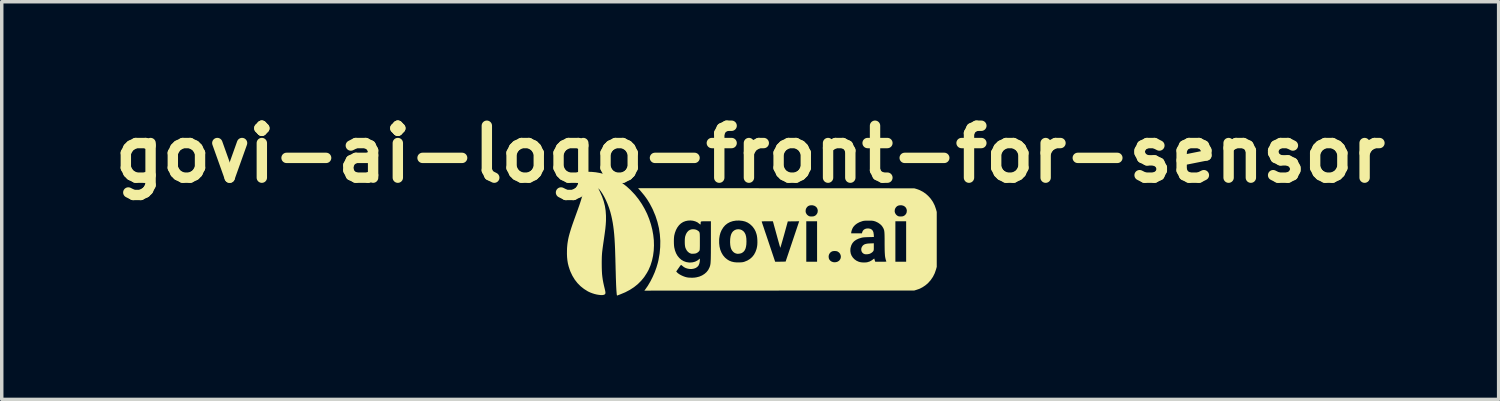
<source format=kicad_pcb>
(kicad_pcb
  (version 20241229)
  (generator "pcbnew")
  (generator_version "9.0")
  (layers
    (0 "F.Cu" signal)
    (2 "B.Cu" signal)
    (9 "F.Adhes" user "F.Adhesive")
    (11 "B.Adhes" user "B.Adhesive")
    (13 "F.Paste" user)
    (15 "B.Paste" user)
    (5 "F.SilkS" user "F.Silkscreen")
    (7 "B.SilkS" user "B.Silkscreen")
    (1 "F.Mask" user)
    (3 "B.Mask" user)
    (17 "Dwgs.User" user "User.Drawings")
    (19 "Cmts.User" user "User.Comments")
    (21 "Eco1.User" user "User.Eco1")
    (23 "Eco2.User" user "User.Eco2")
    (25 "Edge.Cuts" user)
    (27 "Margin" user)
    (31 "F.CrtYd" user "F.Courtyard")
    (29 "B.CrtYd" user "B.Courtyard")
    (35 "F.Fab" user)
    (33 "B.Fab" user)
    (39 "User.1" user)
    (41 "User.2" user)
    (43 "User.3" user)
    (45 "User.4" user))
  (footprint "govi-ai-logo-front-for-sensor"
    (layer "F.Cu")
    (at 18.671 3.904)
    (property "Reference" "govi-ai-logo-front-for-sensor" (at -0.05 -2.5 0) (layer "F.SilkS") (effects (font (size 1.5 1.5) (thickness 0.3))))
    (attr board_only exclude_from_pos_files exclude_from_bom)
    (fp_poly (pts (xy 3.522 0.175) (xy 3.522 0.217) (xy 3.521 0.247) (xy 3.519 0.269) (xy 3.515 0.284) (xy 3.509 0.296) (xy 3.507 0.3) (xy 3.484 0.327) (xy 3.45 0.353) (xy 3.409 0.375) (xy 3.406 0.376) (xy 3.377 0.384) (xy 3.34 0.39) (xy 3.303 0.392) (xy 3.27 0.39) (xy 3.26 0.388) (xy 3.22 0.371) (xy 3.189 0.343) (xy 3.169 0.309) (xy 3.159 0.269) (xy 3.16 0.227) (xy 3.173 0.186) (xy 3.198 0.147) (xy 3.201 0.144) (xy 3.225 0.122) (xy 3.253 0.105) (xy 3.288 0.093) (xy 3.331 0.084) (xy 3.387 0.079) (xy 3.418 0.078) (xy 3.522 0.074)) (stroke (width 0) (type solid)) (fill yes) (layer "F.SilkS"))
    (fp_poly (pts (xy -0.341 -0.326) (xy -0.292 -0.308) (xy -0.248 -0.277) (xy -0.24 -0.269) (xy -0.209 -0.23) (xy -0.185 -0.183) (xy -0.169 -0.127) (xy -0.16 -0.062) (xy -0.157 0.016) (xy -0.157 0.023) (xy -0.16 0.105) (xy -0.17 0.174) (xy -0.186 0.232) (xy -0.209 0.279) (xy -0.24 0.317) (xy -0.279 0.347) (xy -0.297 0.357) (xy -0.323 0.366) (xy -0.356 0.373) (xy -0.392 0.377) (xy -0.423 0.377) (xy -0.436 0.375) (xy -0.474 0.364) (xy -0.503 0.35) (xy -0.528 0.332) (xy -0.537 0.324) (xy -0.571 0.286) (xy -0.596 0.242) (xy -0.614 0.189) (xy -0.625 0.126) (xy -0.63 0.051) (xy -0.63 0.03) (xy -0.627 -0.052) (xy -0.617 -0.122) (xy -0.601 -0.18) (xy -0.578 -0.229) (xy -0.547 -0.269) (xy -0.539 -0.276) (xy -0.495 -0.308) (xy -0.446 -0.326) (xy -0.393 -0.332)) (stroke (width 0) (type solid)) (fill yes) (layer "F.SilkS"))
    (fp_poly (pts (xy -1.676 -0.331) (xy -1.637 -0.325) (xy -1.606 -0.316) (xy -1.579 -0.302) (xy -1.562 -0.291) (xy -1.546 -0.28) (xy -1.534 -0.27) (xy -1.524 -0.259) (xy -1.517 -0.245) (xy -1.511 -0.227) (xy -1.507 -0.203) (xy -1.505 -0.172) (xy -1.504 -0.13) (xy -1.503 -0.078) (xy -1.503 -0.014) (xy -1.503 0.023) (xy -1.503 0.091) (xy -1.503 0.145) (xy -1.504 0.187) (xy -1.505 0.22) (xy -1.506 0.244) (xy -1.508 0.261) (xy -1.51 0.274) (xy -1.513 0.283) (xy -1.517 0.29) (xy -1.518 0.292) (xy -1.539 0.317) (xy -1.57 0.342) (xy -1.603 0.36) (xy -1.612 0.364) (xy -1.636 0.37) (xy -1.669 0.374) (xy -1.705 0.376) (xy -1.738 0.376) (xy -1.759 0.373) (xy -1.807 0.353) (xy -1.85 0.319) (xy -1.886 0.275) (xy -1.914 0.219) (xy -1.925 0.189) (xy -1.932 0.153) (xy -1.937 0.107) (xy -1.939 0.055) (xy -1.939 0.000359) (xy -1.937 -0.052) (xy -1.932 -0.098) (xy -1.926 -0.127) (xy -1.903 -0.193) (xy -1.871 -0.246) (xy -1.833 -0.287) (xy -1.788 -0.315) (xy -1.736 -0.33) (xy -1.679 -0.331)) (stroke (width 0) (type solid)) (fill yes) (layer "F.SilkS"))
    (fp_poly (pts (xy -4.635 -1.989) (xy -4.508 -1.977) (xy -4.388 -1.956) (xy -4.272 -1.926) (xy -4.155 -1.885) (xy -4.035 -1.833) (xy -4.003 -1.818) (xy -3.87 -1.747) (xy -3.745 -1.665) (xy -3.625 -1.573) (xy -3.508 -1.467) (xy -3.488 -1.446) (xy -3.375 -1.326) (xy -3.273 -1.197) (xy -3.181 -1.062) (xy -3.099 -0.921) (xy -3.027 -0.776) (xy -2.967 -0.627) (xy -2.917 -0.475) (xy -2.878 -0.322) (xy -2.85 -0.168) (xy -2.833 -0.015) (xy -2.829 0.137) (xy -2.836 0.287) (xy -2.855 0.433) (xy -2.886 0.575) (xy -2.929 0.712) (xy -2.985 0.843) (xy -3.033 0.93) (xy -3.11 1.049) (xy -3.198 1.156) (xy -3.296 1.254) (xy -3.406 1.342) (xy -3.526 1.42) (xy -3.659 1.49) (xy -3.796 1.547) (xy -3.829 1.56) (xy -3.858 1.571) (xy -3.879 1.579) (xy -3.888 1.582) (xy -3.895 1.583) (xy -3.899 1.576) (xy -3.903 1.558) (xy -3.905 1.54) (xy -3.91 1.483) (xy -3.915 1.419) (xy -3.919 1.347) (xy -3.923 1.264) (xy -3.926 1.17) (xy -3.93 1.063) (xy -3.932 0.984) (xy -3.934 0.901) (xy -3.937 0.808) (xy -3.939 0.711) (xy -3.942 0.612) (xy -3.944 0.518) (xy -3.947 0.432) (xy -3.948 0.399) (xy -3.953 0.234) (xy -3.96 0.082) (xy -3.968 -0.056) (xy -3.978 -0.185) (xy -3.99 -0.304) (xy -4.004 -0.415) (xy -4.02 -0.519) (xy -4.039 -0.619) (xy -4.06 -0.716) (xy -4.084 -0.81) (xy -4.096 -0.852) (xy -4.13 -0.958) (xy -4.17 -1.064) (xy -4.215 -1.167) (xy -4.263 -1.264) (xy -4.314 -1.353) (xy -4.366 -1.431) (xy -4.416 -1.494) (xy -4.427 -1.506) (xy -4.433 -1.511) (xy -4.434 -1.51) (xy -4.431 -1.5) (xy -4.422 -1.48) (xy -4.407 -1.449) (xy -4.388 -1.41) (xy -4.328 -1.276) (xy -4.281 -1.142) (xy -4.247 -1.007) (xy -4.225 -0.867) (xy -4.215 -0.722) (xy -4.215 -0.592) (xy -4.217 -0.546) (xy -4.22 -0.501) (xy -4.223 -0.455) (xy -4.228 -0.406) (xy -4.233 -0.352) (xy -4.241 -0.291) (xy -4.25 -0.222) (xy -4.261 -0.143) (xy -4.274 -0.052) (xy -4.281 -0.004) (xy -4.294 0.086) (xy -4.305 0.163) (xy -4.314 0.23) (xy -4.321 0.288) (xy -4.327 0.341) (xy -4.331 0.39) (xy -4.334 0.438) (xy -4.336 0.487) (xy -4.337 0.539) (xy -4.338 0.596) (xy -4.338 0.661) (xy -4.338 0.664) (xy -4.337 0.773) (xy -4.334 0.871) (xy -4.329 0.96) (xy -4.32 1.044) (xy -4.308 1.128) (xy -4.292 1.214) (xy -4.272 1.305) (xy -4.254 1.379) (xy -4.242 1.43) (xy -4.234 1.47) (xy -4.231 1.499) (xy -4.232 1.52) (xy -4.238 1.536) (xy -4.249 1.548) (xy -4.253 1.552) (xy -4.281 1.564) (xy -4.319 1.57) (xy -4.367 1.57) (xy -4.422 1.564) (xy -4.482 1.554) (xy -4.545 1.539) (xy -4.608 1.519) (xy -4.669 1.496) (xy -4.727 1.469) (xy -4.739 1.463) (xy -4.849 1.394) (xy -4.949 1.315) (xy -5.039 1.224) (xy -5.118 1.123) (xy -5.186 1.011) (xy -5.243 0.891) (xy -5.267 0.825) (xy -5.295 0.738) (xy -5.316 0.653) (xy -5.33 0.568) (xy -5.339 0.479) (xy -5.343 0.382) (xy -5.342 0.285) (xy -5.34 0.216) (xy -5.335 0.15) (xy -5.328 0.084) (xy -5.318 0.019) (xy -5.306 -0.049) (xy -5.29 -0.12) (xy -5.27 -0.195) (xy -5.246 -0.277) (xy -5.218 -0.367) (xy -5.185 -0.466) (xy -5.146 -0.576) (xy -5.102 -0.698) (xy -5.094 -0.721) (xy -5.052 -0.837) (xy -5.015 -0.94) (xy -4.983 -1.031) (xy -4.956 -1.112) (xy -4.933 -1.185) (xy -4.914 -1.249) (xy -4.898 -1.307) (xy -4.886 -1.36) (xy -4.877 -1.409) (xy -4.871 -1.455) (xy -4.867 -1.5) (xy -4.865 -1.544) (xy -4.864 -1.587) (xy -4.868 -1.67) (xy -4.882 -1.746) (xy -4.905 -1.818) (xy -4.934 -1.881) (xy -4.95 -1.912) (xy -4.962 -1.938) (xy -4.97 -1.956) (xy -4.972 -1.963) (xy -4.97 -1.972) (xy -4.963 -1.979) (xy -4.949 -1.984) (xy -4.927 -1.988) (xy -4.895 -1.99) (xy -4.851 -1.992) (xy -4.795 -1.992) (xy -4.771 -1.992)) (stroke (width 0) (type solid)) (fill yes) (layer "F.SilkS"))
    (fp_poly (pts (xy 0.699 -1.516) (xy 4.688 -1.514) (xy 4.747 -1.498) (xy 4.849 -1.461) (xy 4.945 -1.411) (xy 5.034 -1.347) (xy 5.092 -1.295) (xy 5.166 -1.213) (xy 5.229 -1.121) (xy 5.28 -1.02) (xy 5.318 -0.912) (xy 5.32 -0.905) (xy 5.34 -0.831) (xy 5.34 -0.038) (xy 5.34 0.755) (xy 5.319 0.831) (xy 5.281 0.941) (xy 5.23 1.043) (xy 5.167 1.135) (xy 5.093 1.219) (xy 5.092 1.22) (xy 5.008 1.292) (xy 4.919 1.35) (xy 4.824 1.395) (xy 4.748 1.421) (xy 4.688 1.439) (xy 0.791 1.44) (xy -3.106 1.442) (xy -3.082 1.41) (xy -3.005 1.3) (xy -2.933 1.177) (xy -2.867 1.047) (xy -2.807 0.911) (xy -2.757 0.773) (xy -2.717 0.637) (xy -2.699 0.56) (xy -2.666 0.372) (xy -2.649 0.185) (xy -2.646 0.013) (xy -2.254 0.013) (xy -2.253 0.077) (xy -2.25 0.136) (xy -2.244 0.187) (xy -2.243 0.193) (xy -2.221 0.284) (xy -2.189 0.366) (xy -2.147 0.439) (xy -2.096 0.5) (xy -2.037 0.551) (xy -1.971 0.59) (xy -1.899 0.616) (xy -1.821 0.629) (xy -1.788 0.63) (xy -1.711 0.624) (xy -1.643 0.606) (xy -1.581 0.576) (xy -1.539 0.545) (xy -1.503 0.515) (xy -1.503 0.56) (xy -1.507 0.611) (xy -1.519 0.662) (xy -1.537 0.706) (xy -1.545 0.721) (xy -1.579 0.758) (xy -1.623 0.787) (xy -1.674 0.806) (xy -1.73 0.816) (xy -1.789 0.817) (xy -1.849 0.808) (xy -1.907 0.791) (xy -1.962 0.763) (xy -2.007 0.728) (xy -2.026 0.712) (xy -2.041 0.701) (xy -2.047 0.699) (xy -2.054 0.705) (xy -2.067 0.72) (xy -2.084 0.742) (xy -2.089 0.75) (xy -2.111 0.781) (xy -2.135 0.815) (xy -2.155 0.844) (xy -2.186 0.886) (xy -2.17 0.907) (xy -2.14 0.937) (xy -2.098 0.967) (xy -2.047 0.996) (xy -1.991 1.022) (xy -1.932 1.044) (xy -1.879 1.058) (xy -1.832 1.065) (xy -1.776 1.068) (xy -1.716 1.069) (xy -1.659 1.066) (xy -1.609 1.059) (xy -1.52 1.037) (xy -1.44 1.003) (xy -1.37 0.959) (xy -1.31 0.906) (xy -1.261 0.843) (xy -1.225 0.772) (xy -1.216 0.747) (xy -1.21 0.73) (xy -1.205 0.711) (xy -1.201 0.691) (xy -1.197 0.668) (xy -1.194 0.641) (xy -1.192 0.609) (xy -1.19 0.571) (xy -1.188 0.526) (xy -1.187 0.473) (xy -1.186 0.41) (xy -1.185 0.337) (xy -1.185 0.252) (xy -1.184 0.154) (xy -1.184 0.072) (xy -0.946 0.072) (xy -0.935 0.17) (xy -0.913 0.261) (xy -0.879 0.344) (xy -0.835 0.419) (xy -0.781 0.483) (xy -0.773 0.491) (xy -0.715 0.539) (xy -0.655 0.576) (xy -0.59 0.602) (xy -0.519 0.619) (xy -0.439 0.627) (xy -0.372 0.627) (xy -0.322 0.625) (xy -0.283 0.622) (xy -0.251 0.617) (xy -0.222 0.609) (xy -0.216 0.607) (xy -0.132 0.573) (xy -0.058 0.528) (xy 0.006 0.472) (xy 0.06 0.405) (xy 0.102 0.327) (xy 0.134 0.24) (xy 0.148 0.178) (xy 0.156 0.12) (xy 0.159 0.053) (xy 0.158 -0.017) (xy 0.153 -0.086) (xy 0.144 -0.148) (xy 0.133 -0.193) (xy 0.106 -0.271) (xy 0.071 -0.337) (xy 0.028 -0.397) (xy 0.003 -0.425) (xy -0.058 -0.481) (xy -0.122 -0.523) (xy -0.189 -0.552) (xy 0.282 -0.552) (xy 0.283 -0.552) (xy 0.285 -0.544) (xy 0.293 -0.522) (xy 0.304 -0.488) (xy 0.319 -0.443) (xy 0.338 -0.388) (xy 0.359 -0.324) (xy 0.383 -0.252) (xy 0.41 -0.174) (xy 0.438 -0.09) (xy 0.468 -0.001) (xy 0.479 0.032) (xy 0.672 0.608) (xy 0.823 0.606) (xy 0.974 0.603) (xy 1.17 0.021) (xy 1.366 -0.562) (xy 1.571 -0.562) (xy 1.571 0.023) (xy 1.571 0.607) (xy 1.727 0.607) (xy 1.883 0.607) (xy 1.883 0.459) (xy 2.217 0.459) (xy 2.221 0.504) (xy 2.235 0.54) (xy 2.261 0.573) (xy 2.264 0.576) (xy 2.303 0.603) (xy 2.349 0.619) (xy 2.399 0.623) (xy 2.449 0.615) (xy 2.482 0.602) (xy 2.521 0.576) (xy 2.548 0.541) (xy 2.565 0.502) (xy 2.57 0.46) (xy 2.564 0.418) (xy 2.547 0.378) (xy 2.52 0.343) (xy 2.481 0.315) (xy 2.471 0.31) (xy 2.437 0.3) (xy 2.844 0.3) (xy 2.855 0.368) (xy 2.879 0.43) (xy 2.916 0.487) (xy 2.963 0.536) (xy 3.02 0.577) (xy 3.086 0.607) (xy 3.125 0.618) (xy 3.169 0.625) (xy 3.219 0.629) (xy 3.272 0.628) (xy 3.318 0.624) (xy 3.334 0.621) (xy 3.403 0.6) (xy 3.467 0.564) (xy 3.494 0.544) (xy 3.516 0.527) (xy 3.531 0.518) (xy 3.537 0.518) (xy 3.537 0.519) (xy 3.54 0.532) (xy 3.545 0.553) (xy 3.55 0.568) (xy 3.563 0.607) (xy 3.725 0.607) (xy 3.779 0.607) (xy 3.819 0.607) (xy 3.848 0.606) (xy 3.867 0.605) (xy 3.878 0.603) (xy 3.883 0.6) (xy 3.884 0.596) (xy 3.883 0.594) (xy 3.872 0.564) (xy 3.863 0.534) (xy 3.856 0.503) (xy 3.849 0.469) (xy 3.844 0.43) (xy 3.841 0.385) (xy 3.838 0.332) (xy 3.836 0.27) (xy 3.835 0.197) (xy 3.834 0.112) (xy 3.834 0.03) (xy 3.834 -0.049) (xy 3.833 -0.115) (xy 3.832 -0.168) (xy 3.83 -0.212) (xy 3.828 -0.248) (xy 3.824 -0.277) (xy 3.82 -0.302) (xy 3.813 -0.323) (xy 3.805 -0.343) (xy 3.796 -0.364) (xy 3.791 -0.373) (xy 3.755 -0.429) (xy 3.705 -0.478) (xy 3.645 -0.52) (xy 3.576 -0.553) (xy 3.557 -0.56) (xy 3.55 -0.562) (xy 4.145 -0.562) (xy 4.145 0.023) (xy 4.145 0.607) (xy 4.3 0.607) (xy 4.456 0.607) (xy 4.456 0.023) (xy 4.456 -0.562) (xy 4.3 -0.562) (xy 4.145 -0.562) (xy 3.55 -0.562) (xy 3.533 -0.567) (xy 3.511 -0.573) (xy 3.489 -0.576) (xy 3.463 -0.579) (xy 3.43 -0.58) (xy 3.386 -0.58) (xy 3.37 -0.58) (xy 3.321 -0.58) (xy 3.283 -0.579) (xy 3.254 -0.577) (xy 3.229 -0.574) (xy 3.205 -0.569) (xy 3.185 -0.563) (xy 3.107 -0.535) (xy 3.038 -0.498) (xy 2.98 -0.454) (xy 2.934 -0.403) (xy 2.923 -0.387) (xy 2.905 -0.354) (xy 2.889 -0.316) (xy 2.877 -0.278) (xy 2.87 -0.245) (xy 2.869 -0.235) (xy 2.869 -0.213) (xy 3.024 -0.213) (xy 3.179 -0.213) (xy 3.188 -0.248) (xy 3.205 -0.287) (xy 3.234 -0.319) (xy 3.272 -0.341) (xy 3.318 -0.353) (xy 3.37 -0.355) (xy 3.381 -0.353) (xy 3.428 -0.342) (xy 3.464 -0.32) (xy 3.492 -0.288) (xy 3.51 -0.245) (xy 3.519 -0.19) (xy 3.521 -0.174) (xy 3.524 -0.108) (xy 3.373 -0.104) (xy 3.315 -0.102) (xy 3.268 -0.1) (xy 3.23 -0.097) (xy 3.199 -0.093) (xy 3.171 -0.087) (xy 3.159 -0.084) (xy 3.077 -0.058) (xy 3.008 -0.024) (xy 2.951 0.017) (xy 2.907 0.067) (xy 2.874 0.126) (xy 2.853 0.195) (xy 2.846 0.23) (xy 2.844 0.3) (xy 2.437 0.3) (xy 2.437 0.3) (xy 2.395 0.297) (xy 2.352 0.299) (xy 2.328 0.304) (xy 2.288 0.323) (xy 2.255 0.353) (xy 2.231 0.392) (xy 2.218 0.436) (xy 2.217 0.459) (xy 1.883 0.459) (xy 1.883 0.023) (xy 1.883 -0.562) (xy 1.727 -0.562) (xy 1.571 -0.562) (xy 1.366 -0.562) (xy 1.366 -0.562) (xy 1.201 -0.56) (xy 1.037 -0.558) (xy 0.931 -0.172) (xy 0.91 -0.099) (xy 0.891 -0.031) (xy 0.873 0.031) (xy 0.857 0.086) (xy 0.844 0.132) (xy 0.833 0.167) (xy 0.825 0.191) (xy 0.82 0.203) (xy 0.819 0.203) (xy 0.816 0.194) (xy 0.81 0.172) (xy 0.8 0.138) (xy 0.788 0.094) (xy 0.773 0.041) (xy 0.756 -0.019) (xy 0.738 -0.084) (xy 0.722 -0.144) (xy 0.702 -0.215) (xy 0.684 -0.282) (xy 0.667 -0.344) (xy 0.651 -0.4) (xy 0.638 -0.448) (xy 0.628 -0.485) (xy 0.621 -0.511) (xy 0.618 -0.522) (xy 0.606 -0.562) (xy 0.443 -0.562) (xy 0.387 -0.562) (xy 0.344 -0.561) (xy 0.314 -0.56) (xy 0.295 -0.558) (xy 0.285 -0.556) (xy 0.282 -0.552) (xy -0.189 -0.552) (xy -0.192 -0.554) (xy -0.27 -0.573) (xy -0.357 -0.582) (xy -0.361 -0.583) (xy -0.459 -0.581) (xy -0.55 -0.566) (xy -0.632 -0.539) (xy -0.706 -0.499) (xy -0.771 -0.448) (xy -0.826 -0.385) (xy -0.873 -0.309) (xy -0.877 -0.302) (xy -0.909 -0.227) (xy -0.93 -0.151) (xy -0.943 -0.069) (xy -0.946 -0.031) (xy -0.946 0.072) (xy -1.184 0.072) (xy -1.184 0.043) (xy -1.184 0.006) (xy -1.184 -0.562) (xy -1.328 -0.562) (xy -1.379 -0.562) (xy -1.418 -0.561) (xy -1.445 -0.56) (xy -1.463 -0.556) (xy -1.473 -0.549) (xy -1.478 -0.539) (xy -1.48 -0.525) (xy -1.48 -0.505) (xy -1.48 -0.5) (xy -1.482 -0.481) (xy -1.485 -0.469) (xy -1.485 -0.468) (xy -1.493 -0.47) (xy -1.508 -0.481) (xy -1.523 -0.493) (xy -1.575 -0.532) (xy -1.637 -0.56) (xy -1.704 -0.578) (xy -1.776 -0.585) (xy -1.849 -0.581) (xy -1.92 -0.566) (xy -1.987 -0.54) (xy -1.988 -0.539) (xy -2.05 -0.5) (xy -2.105 -0.448) (xy -2.153 -0.384) (xy -2.193 -0.31) (xy -2.224 -0.227) (xy -2.243 -0.152) (xy -2.249 -0.106) (xy -2.253 -0.049) (xy -2.254 0.013) (xy -2.646 0.013) (xy -2.646 -0.001) (xy -2.659 -0.184) (xy -2.686 -0.365) (xy -2.729 -0.543) (xy -2.786 -0.719) (xy -2.841 -0.85) (xy 1.551 -0.85) (xy 1.56 -0.804) (xy 1.584 -0.763) (xy 1.597 -0.748) (xy 1.62 -0.729) (xy 1.643 -0.714) (xy 1.655 -0.708) (xy 1.692 -0.701) (xy 1.735 -0.7) (xy 1.776 -0.704) (xy 1.794 -0.708) (xy 1.832 -0.726) (xy 1.864 -0.756) (xy 1.888 -0.793) (xy 1.898 -0.822) (xy 1.901 -0.85) (xy 4.124 -0.85) (xy 4.134 -0.804) (xy 4.158 -0.763) (xy 4.171 -0.748) (xy 4.193 -0.729) (xy 4.216 -0.714) (xy 4.228 -0.708) (xy 4.265 -0.701) (xy 4.308 -0.7) (xy 4.35 -0.704) (xy 4.368 -0.708) (xy 4.405 -0.726) (xy 4.438 -0.756) (xy 4.462 -0.793) (xy 4.471 -0.822) (xy 4.476 -0.872) (xy 4.467 -0.917) (xy 4.447 -0.956) (xy 4.417 -0.987) (xy 4.378 -1.01) (xy 4.332 -1.023) (xy 4.28 -1.025) (xy 4.232 -1.016) (xy 4.198 -1) (xy 4.166 -0.972) (xy 4.142 -0.936) (xy 4.129 -0.901) (xy 4.124 -0.85) (xy 1.901 -0.85) (xy 1.903 -0.872) (xy 1.894 -0.917) (xy 1.874 -0.956) (xy 1.843 -0.987) (xy 1.804 -1.01) (xy 1.758 -1.023) (xy 1.707 -1.025) (xy 1.659 -1.016) (xy 1.624 -1) (xy 1.593 -0.972) (xy 1.569 -0.936) (xy 1.556 -0.901) (xy 1.551 -0.85) (xy -2.841 -0.85) (xy -2.858 -0.892) (xy -2.886 -0.949) (xy -2.954 -1.077) (xy -3.027 -1.196) (xy -3.109 -1.309) (xy -3.202 -1.421) (xy -3.232 -1.456) (xy -3.289 -1.518)) (stroke (width 0) (type solid)) (fill yes) (layer "F.SilkS")))
  (gr_rect
    (start -3 -3)
    (end 40.243 8.487)
    (stroke (width 0.1) (type default))
    (fill no)
    (layer "Edge.Cuts")))
</source>
